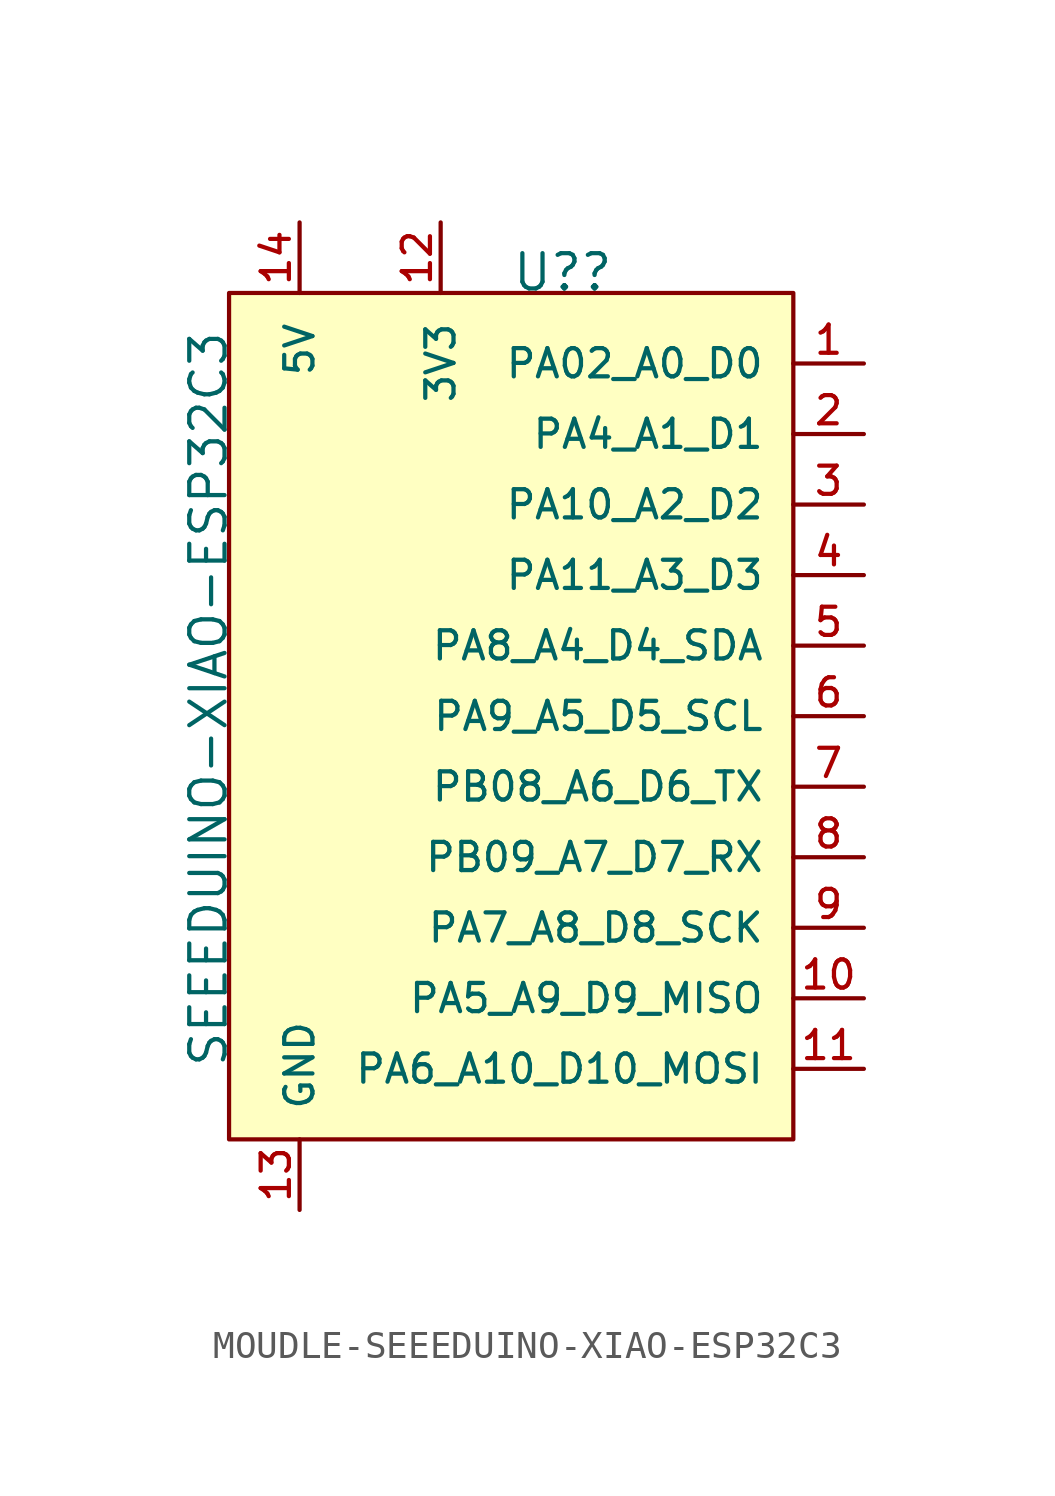
<source format=kicad_sym>
(kicad_symbol_lib
  (version 20220914)
  (generator kicad_symbol_editor)
  (symbol "MOUDLE-SEEEDUINO-XIAO-ESP32C3"
    (pin_names
      (offset 1.016))
    (property "Reference" "U?"
      (at 2.54 12.7 0)
      (effects (font (size 1.27 1.27)) (justify left bottom)))
    (property "Value" "SEEEDUINO-XIAO-ESP32C3"
      (at -7.62 -15.24 90)
      (effects (font (size 1.27 1.27)) (justify left bottom)))
    (symbol "MOUDLE-SEEEDUINO-XIAO-ESP32C3_0_0"
      (pin bidirectional line (at 15.24 10.16 180) (length 2.54) (name "PA02_A0_D0" (effects (font (size 1.016 1.016)))) (number "1" (effects (font (size 1.016 1.016)))))
      (pin bidirectional line (at 15.24 -12.7 180) (length 2.54) (name "PA5_A9_D9_MISO" (effects (font (size 1.016 1.016)))) (number "10" (effects (font (size 1.016 1.016)))))
      (pin bidirectional line (at 15.24 -15.24 180) (length 2.54) (name "PA6_A10_D10_MOSI" (effects (font (size 1.016 1.016)))) (number "11" (effects (font (size 1.016 1.016)))))
      (pin bidirectional line (at 15.24 7.62 180) (length 2.54) (name "PA4_A1_D1" (effects (font (size 1.016 1.016)))) (number "2" (effects (font (size 1.016 1.016)))))
      (pin bidirectional line (at 15.24 5.08 180) (length 2.54) (name "PA10_A2_D2" (effects (font (size 1.016 1.016)))) (number "3" (effects (font (size 1.016 1.016)))))
      (pin bidirectional line (at 15.24 2.54 180) (length 2.54) (name "PA11_A3_D3" (effects (font (size 1.016 1.016)))) (number "4" (effects (font (size 1.016 1.016)))))
      (pin bidirectional line (at 15.24 0 180) (length 2.54) (name "PA8_A4_D4_SDA" (effects (font (size 1.016 1.016)))) (number "5" (effects (font (size 1.016 1.016)))))
      (pin bidirectional line (at 15.24 -2.54 180) (length 2.54) (name "PA9_A5_D5_SCL" (effects (font (size 1.016 1.016)))) (number "6" (effects (font (size 1.016 1.016)))))
      (pin bidirectional line (at 15.24 -5.08 180) (length 2.54) (name "PB08_A6_D6_TX" (effects (font (size 1.016 1.016)))) (number "7" (effects (font (size 1.016 1.016)))))
      (pin bidirectional line (at 15.24 -7.62 180) (length 2.54) (name "PB09_A7_D7_RX" (effects (font (size 1.016 1.016)))) (number "8" (effects (font (size 1.016 1.016)))))
      (pin bidirectional line (at 15.24 -10.16 180) (length 2.54) (name "PA7_A8_D8_SCK" (effects (font (size 1.016 1.016)))) (number "9" (effects (font (size 1.016 1.016))))))
    (symbol "MOUDLE-SEEEDUINO-XIAO-ESP32C3_1_0"
      (pin power_out line (at 0 15.24 270) (length 2.54) (name "3V3" (effects (font (size 1.016 1.016)))) (number "12" (effects (font (size 1.016 1.016)))))
      (pin power_in line (at -5.08 -20.32 90) (length 2.54) (name "GND" (effects (font (size 1.016 1.016)))) (number "13" (effects (font (size 1.016 1.016)))))
      (pin power_in line (at -5.08 15.24 270) (length 2.54) (name "5V" (effects (font (size 1.016 1.016)))) (number "14" (effects (font (size 1.016 1.016))))))
    (symbol "MOUDLE-SEEEDUINO-XIAO-ESP32C3_1_1"
      (rectangle (start -7.62 12.7) (end 12.7 -17.78) (stroke (width 0) (type default)) (fill (type background))))))
</source>
